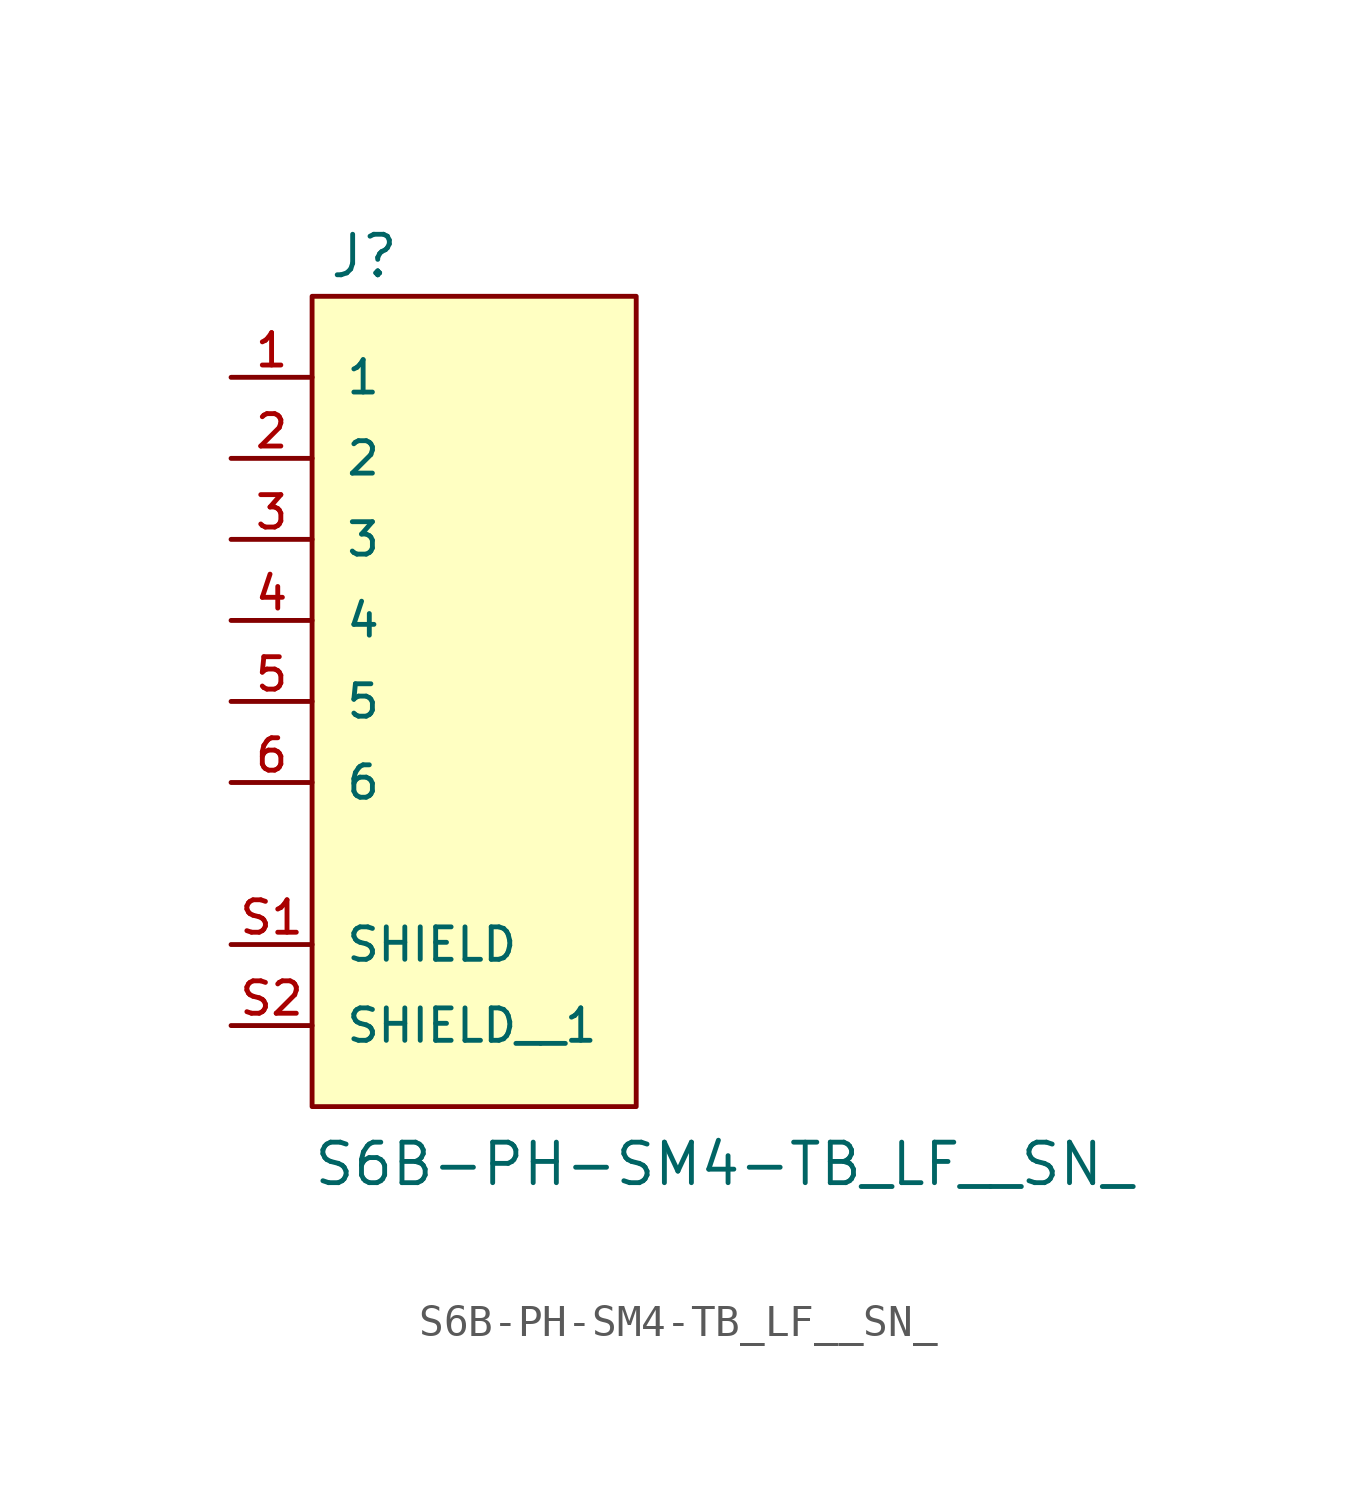
<source format=kicad_sym>
(kicad_symbol_lib
  (version 20211014)
  (generator kicad_symbol_editor)
  (symbol "S6B-PH-SM4-TB_LF__SN_"
    (pin_names
      (offset 1.016))
    (property "Reference" "J"
      (at -4.574 10.671 0)
      (effects (font (size 1.27 1.27)) (justify bottom left)))
    (property "Value" "S6B-PH-SM4-TB_LF__SN_"
      (at -5.083 -17.788 0)
      (effects (font (size 1.27 1.27)) (justify bottom left)))
    (symbol "S6B-PH-SM4-TB_LF__SN__0_0"
      (rectangle (start -5.08 -15.24) (end 5.08 10.16) (stroke (width 0.152)) (fill (type background)))
      (pin passive line (at -7.62 7.62 0) (length 2.54) (name "1" (effects (font (size 1.016 1.016)))) (number "1" (effects (font (size 1.016 1.016)))))
      (pin passive line (at -7.62 5.08 0) (length 2.54) (name "2" (effects (font (size 1.016 1.016)))) (number "2" (effects (font (size 1.016 1.016)))))
      (pin passive line (at -7.62 2.54 0) (length 2.54) (name "3" (effects (font (size 1.016 1.016)))) (number "3" (effects (font (size 1.016 1.016)))))
      (pin passive line (at -7.62 0.0 0) (length 2.54) (name "4" (effects (font (size 1.016 1.016)))) (number "4" (effects (font (size 1.016 1.016)))))
      (pin passive line (at -7.62 -2.54 0) (length 2.54) (name "5" (effects (font (size 1.016 1.016)))) (number "5" (effects (font (size 1.016 1.016)))))
      (pin passive line (at -7.62 -5.08 0) (length 2.54) (name "6" (effects (font (size 1.016 1.016)))) (number "6" (effects (font (size 1.016 1.016)))))
      (pin passive line (at -7.62 -10.16 0) (length 2.54) (name "SHIELD" (effects (font (size 1.016 1.016)))) (number "S1" (effects (font (size 1.016 1.016)))))
      (pin passive line (at -7.62 -12.7 0) (length 2.54) (name "SHIELD__1" (effects (font (size 1.016 1.016)))) (number "S2" (effects (font (size 1.016 1.016))))))))
</source>
